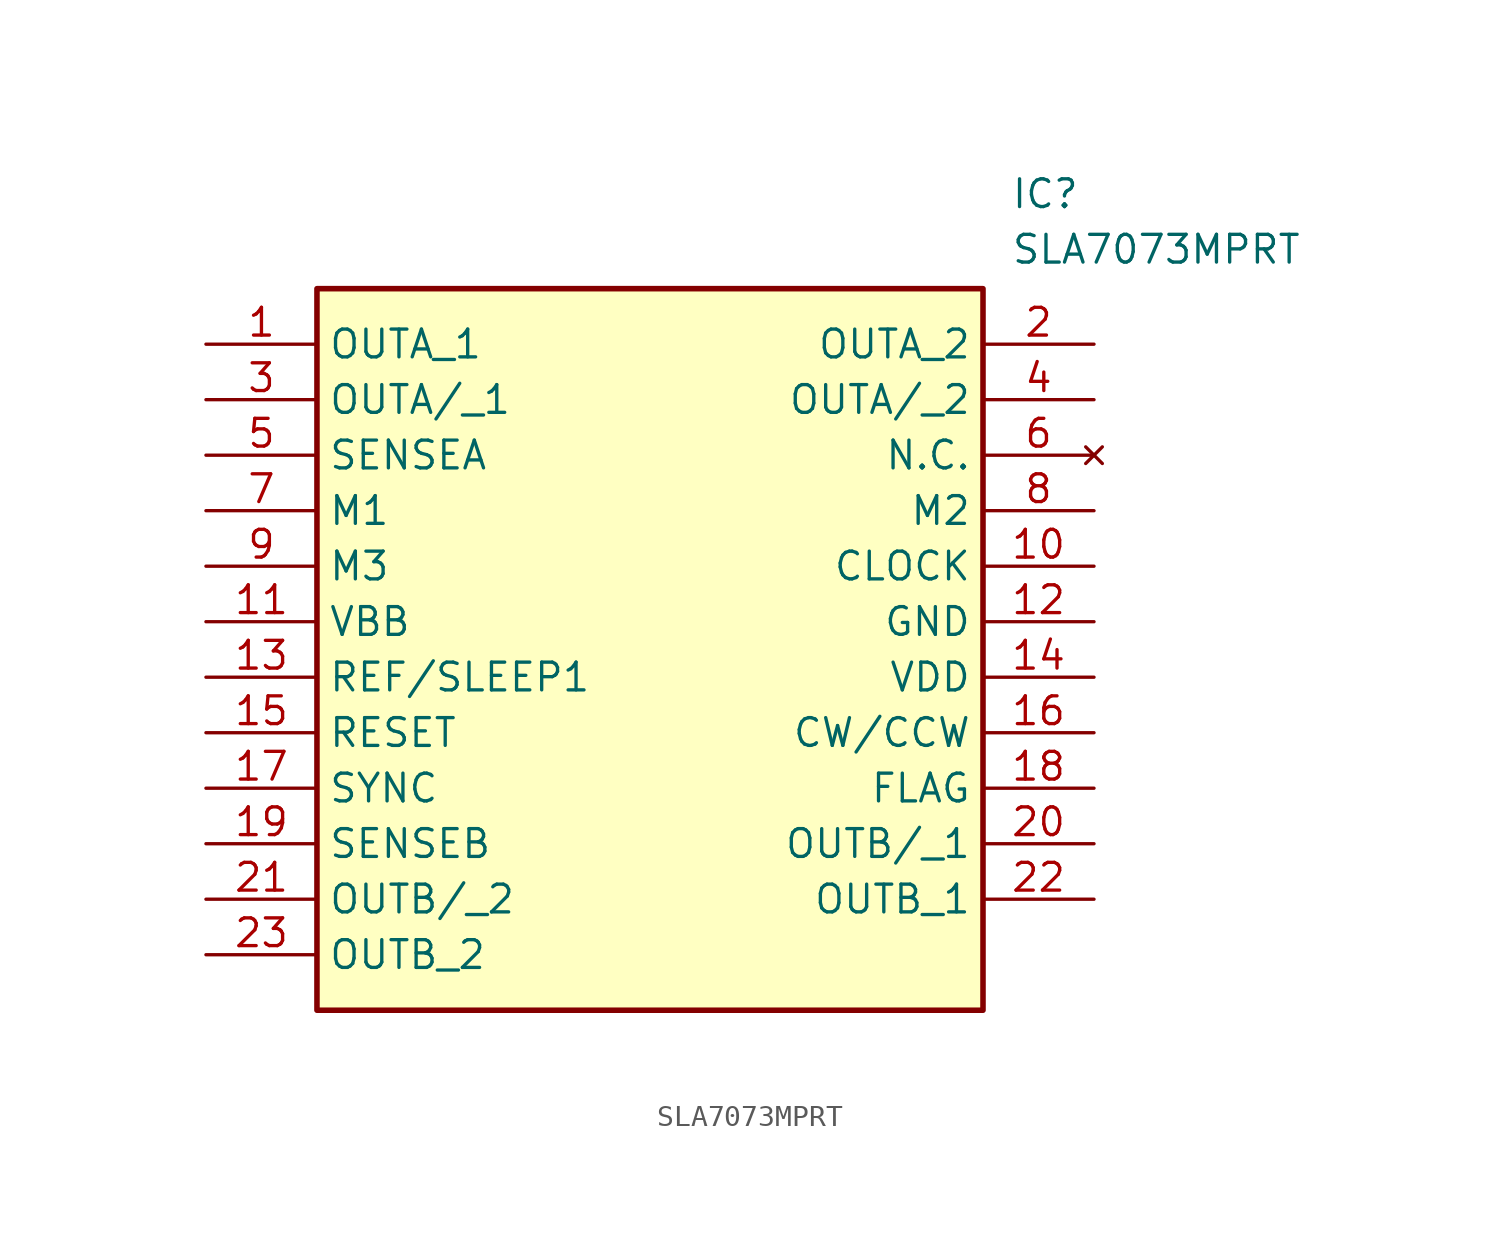
<source format=kicad_sym>
(kicad_symbol_lib
  (version 20211014)
  (generator SamacSys_ECAD_Model)
  (symbol "SLA7073MPRT"
    (property "Reference" "IC"
      (at 36.83 7.62 0)
      (effects (font (size 1.27 1.27)) (justify left top)))
    (property "Value" "SLA7073MPRT"
      (at 36.83 5.08 0)
      (effects (font (size 1.27 1.27)) (justify left top)))
    (rectangle
      (start 5.08 2.54)
      (end 35.56 -30.48)
      (stroke (width 0.254) (type default))
      (fill (type background)))
    (pin passive line
      (at 0 0 0)
      (length 5.08)
      (name "OUTA_1" (effects (font (size 1.27 1.27))))
      (number "1" (effects (font (size 1.27 1.27)))))
    (pin passive line
      (at 40.64 0 180)
      (length 5.08)
      (name "OUTA_2" (effects (font (size 1.27 1.27))))
      (number "2" (effects (font (size 1.27 1.27)))))
    (pin passive line
      (at 0 -2.54 0)
      (length 5.08)
      (name "OUTA/_1" (effects (font (size 1.27 1.27))))
      (number "3" (effects (font (size 1.27 1.27)))))
    (pin passive line
      (at 40.64 -2.54 180)
      (length 5.08)
      (name "OUTA/_2" (effects (font (size 1.27 1.27))))
      (number "4" (effects (font (size 1.27 1.27)))))
    (pin passive line
      (at 0 -5.08 0)
      (length 5.08)
      (name "SENSEA" (effects (font (size 1.27 1.27))))
      (number "5" (effects (font (size 1.27 1.27)))))
    (pin no_connect line
      (at 40.64 -5.08 180)
      (length 5.08)
      (name "N.C." (effects (font (size 1.27 1.27))))
      (number "6" (effects (font (size 1.27 1.27)))))
    (pin passive line
      (at 0 -7.62 0)
      (length 5.08)
      (name "M1" (effects (font (size 1.27 1.27))))
      (number "7" (effects (font (size 1.27 1.27)))))
    (pin passive line
      (at 40.64 -7.62 180)
      (length 5.08)
      (name "M2" (effects (font (size 1.27 1.27))))
      (number "8" (effects (font (size 1.27 1.27)))))
    (pin passive line
      (at 0 -10.16 0)
      (length 5.08)
      (name "M3" (effects (font (size 1.27 1.27))))
      (number "9" (effects (font (size 1.27 1.27)))))
    (pin passive line
      (at 40.64 -10.16 180)
      (length 5.08)
      (name "CLOCK" (effects (font (size 1.27 1.27))))
      (number "10" (effects (font (size 1.27 1.27)))))
    (pin passive line
      (at 0 -12.7 0)
      (length 5.08)
      (name "VBB" (effects (font (size 1.27 1.27))))
      (number "11" (effects (font (size 1.27 1.27)))))
    (pin passive line
      (at 40.64 -12.7 180)
      (length 5.08)
      (name "GND" (effects (font (size 1.27 1.27))))
      (number "12" (effects (font (size 1.27 1.27)))))
    (pin passive line
      (at 0 -15.24 0)
      (length 5.08)
      (name "REF/SLEEP1" (effects (font (size 1.27 1.27))))
      (number "13" (effects (font (size 1.27 1.27)))))
    (pin passive line
      (at 40.64 -15.24 180)
      (length 5.08)
      (name "VDD" (effects (font (size 1.27 1.27))))
      (number "14" (effects (font (size 1.27 1.27)))))
    (pin passive line
      (at 0 -17.78 0)
      (length 5.08)
      (name "RESET" (effects (font (size 1.27 1.27))))
      (number "15" (effects (font (size 1.27 1.27)))))
    (pin passive line
      (at 40.64 -17.78 180)
      (length 5.08)
      (name "CW/CCW" (effects (font (size 1.27 1.27))))
      (number "16" (effects (font (size 1.27 1.27)))))
    (pin passive line
      (at 0 -20.32 0)
      (length 5.08)
      (name "SYNC" (effects (font (size 1.27 1.27))))
      (number "17" (effects (font (size 1.27 1.27)))))
    (pin passive line
      (at 40.64 -20.32 180)
      (length 5.08)
      (name "FLAG" (effects (font (size 1.27 1.27))))
      (number "18" (effects (font (size 1.27 1.27)))))
    (pin passive line
      (at 0 -22.86 0)
      (length 5.08)
      (name "SENSEB" (effects (font (size 1.27 1.27))))
      (number "19" (effects (font (size 1.27 1.27)))))
    (pin passive line
      (at 40.64 -22.86 180)
      (length 5.08)
      (name "OUTB/_1" (effects (font (size 1.27 1.27))))
      (number "20" (effects (font (size 1.27 1.27)))))
    (pin passive line
      (at 0 -25.4 0)
      (length 5.08)
      (name "OUTB/_2" (effects (font (size 1.27 1.27))))
      (number "21" (effects (font (size 1.27 1.27)))))
    (pin passive line
      (at 40.64 -25.4 180)
      (length 5.08)
      (name "OUTB_1" (effects (font (size 1.27 1.27))))
      (number "22" (effects (font (size 1.27 1.27)))))
    (pin passive line
      (at 0 -27.94 0)
      (length 5.08)
      (name "OUTB_2" (effects (font (size 1.27 1.27))))
      (number "23" (effects (font (size 1.27 1.27)))))))
</source>
